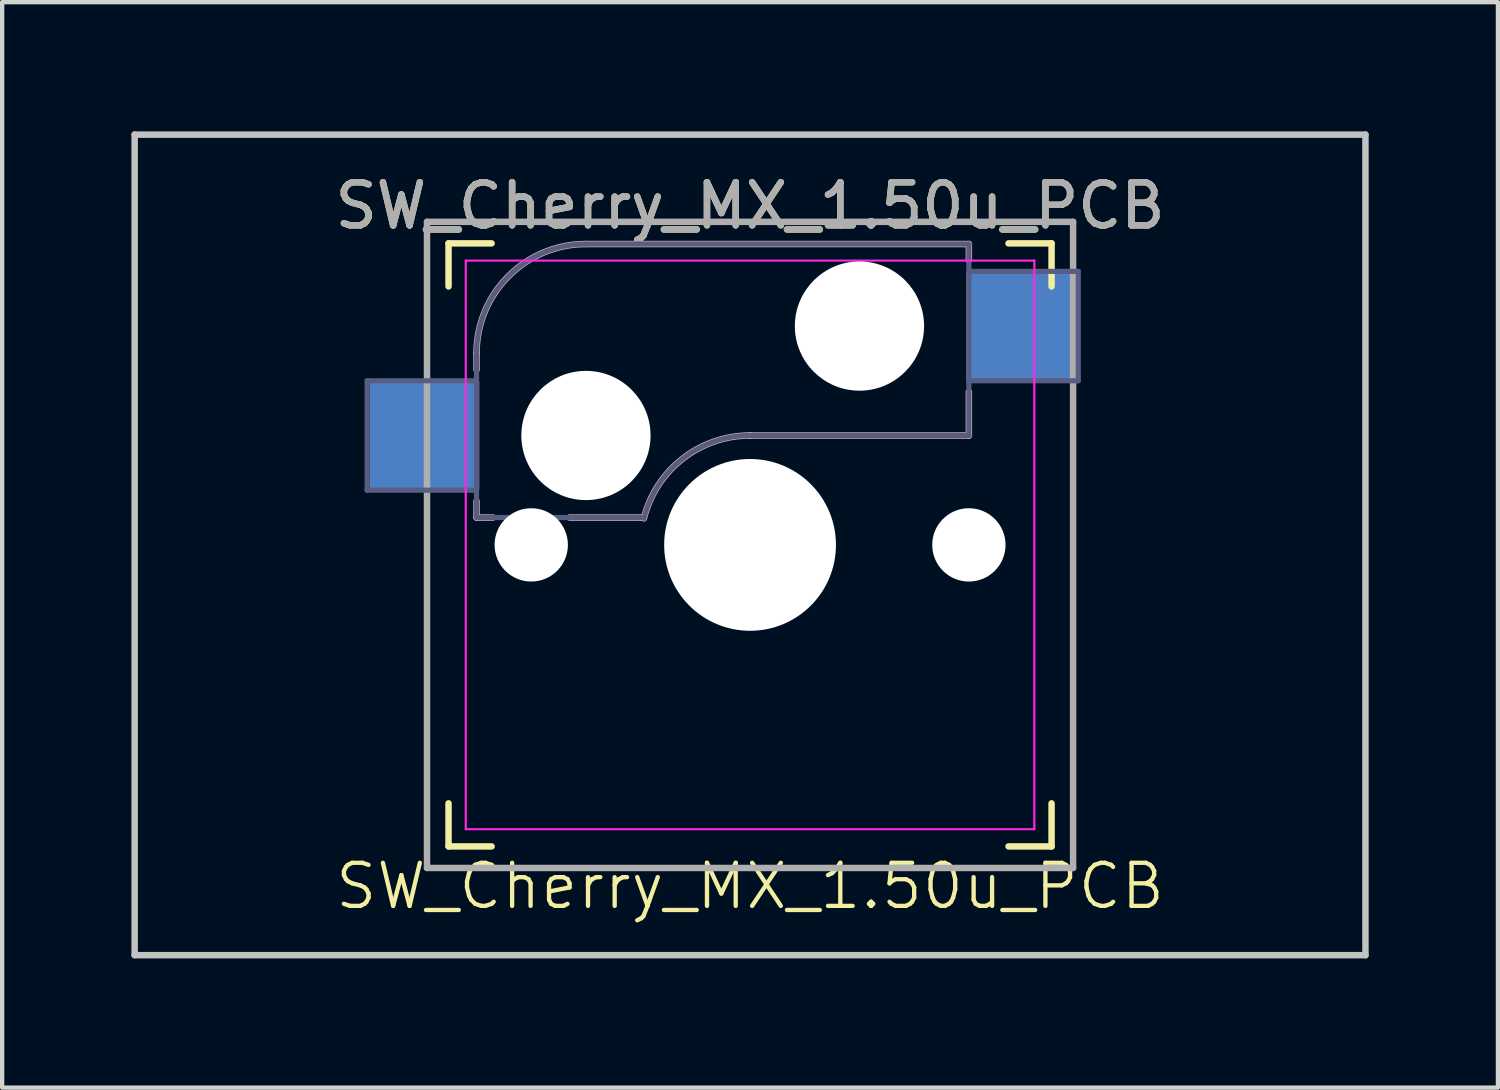
<source format=kicad_pcb>
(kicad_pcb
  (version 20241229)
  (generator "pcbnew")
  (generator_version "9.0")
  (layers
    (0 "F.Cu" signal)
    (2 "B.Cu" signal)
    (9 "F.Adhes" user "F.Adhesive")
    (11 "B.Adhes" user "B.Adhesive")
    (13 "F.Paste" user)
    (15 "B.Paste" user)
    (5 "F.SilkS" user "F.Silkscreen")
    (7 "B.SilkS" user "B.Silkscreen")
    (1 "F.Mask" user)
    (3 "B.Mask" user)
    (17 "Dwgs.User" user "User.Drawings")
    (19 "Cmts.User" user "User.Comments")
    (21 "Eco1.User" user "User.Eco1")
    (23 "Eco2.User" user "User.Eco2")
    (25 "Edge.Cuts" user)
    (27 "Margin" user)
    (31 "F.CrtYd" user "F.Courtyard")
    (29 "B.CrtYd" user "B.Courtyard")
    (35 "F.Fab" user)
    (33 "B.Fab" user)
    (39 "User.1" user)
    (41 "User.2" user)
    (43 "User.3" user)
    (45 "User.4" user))
  (footprint "SW_Cherry_MX_1.50u_PCB"
    (layer "F.Cu")
    (at 14.363 9.6)
    (property "Reference" "SW_Cherry_MX_1.50u_PCB" (at 0 -7.874 0) (layer "F.SilkS") (effects (font (size 1 1) (thickness 0.15))))
    (property "Value" "SW_Cherry_MX_1.50u_PCB" (at 0 7.874 0) (layer "F.Fab") (hide yes) (effects (font (size 1 1) (thickness 0.15))))
    (attr through_hole)
    (fp_line (start -7 -6) (end -7 -7) (stroke (width 0.15) (type solid)) (layer "F.SilkS"))
    (fp_line (start -7 7) (end -7 6) (stroke (width 0.15) (type solid)) (layer "F.SilkS"))
    (fp_line (start -7 7) (end -6 7) (stroke (width 0.15) (type solid)) (layer "F.SilkS"))
    (fp_line (start -6 -7) (end -7 -7) (stroke (width 0.15) (type solid)) (layer "F.SilkS"))
    (fp_line (start 6 7) (end 7 7) (stroke (width 0.15) (type solid)) (layer "F.SilkS"))
    (fp_line (start 7 -7) (end 6 -7) (stroke (width 0.15) (type solid)) (layer "F.SilkS"))
    (fp_line (start 7 -7) (end 7 -6) (stroke (width 0.15) (type solid)) (layer "F.SilkS"))
    (fp_line (start 7 6) (end 7 7) (stroke (width 0.15) (type solid)) (layer "F.SilkS"))
    (fp_line (start -6.35 -4.445) (end -6.35 -4.064) (stroke (width 0.15) (type solid)) (layer "B.SilkS"))
    (fp_line (start -6.35 -1.016) (end -6.35 -0.635) (stroke (width 0.15) (type solid)) (layer "B.SilkS"))
    (fp_line (start -5.969 -0.635) (end -6.35 -0.635) (stroke (width 0.15) (type solid)) (layer "B.SilkS"))
    (fp_line (start -3.81 -6.985) (end 5.08 -6.985) (stroke (width 0.15) (type solid)) (layer "B.SilkS"))
    (fp_line (start -2.464 -0.635) (end -4.191 -0.635) (stroke (width 0.15) (type solid)) (layer "B.SilkS"))
    (fp_line (start 5.08 -6.985) (end 5.08 -6.604) (stroke (width 0.15) (type solid)) (layer "B.SilkS"))
    (fp_line (start 5.08 -3.556) (end 5.08 -2.54) (stroke (width 0.15) (type solid)) (layer "B.SilkS"))
    (fp_line (start 5.08 -2.54) (end 0 -2.54) (stroke (width 0.15) (type solid)) (layer "B.SilkS"))
    (fp_arc (start -6.35 -4.445) (mid -5.606051 -6.241051) (end -3.81 -6.985) (stroke (width 0.15) (type solid)) (layer "B.SilkS"))
    (fp_arc (start -2.464162 -0.61604) (mid -1.563147 -2.002042) (end 0 -2.54) (stroke (width 0.15) (type solid)) (layer "B.SilkS"))
    (fp_line (start -14.287 -9.525) (end 14.287 -9.525) (stroke (width 0.15) (type solid)) (layer "Dwgs.User"))
    (fp_line (start -14.287 9.525) (end -14.287 -9.525) (stroke (width 0.15) (type solid)) (layer "Dwgs.User"))
    (fp_line (start 14.287 -9.525) (end 14.287 9.525) (stroke (width 0.15) (type solid)) (layer "Dwgs.User"))
    (fp_line (start 14.287 9.525) (end -14.287 9.525) (stroke (width 0.15) (type solid)) (layer "Dwgs.User"))
    (fp_line (start -6.9 6.9) (end -6.9 -6.9) (stroke (width 0.15) (type solid)) (layer "Eco2.User"))
    (fp_line (start -6.9 6.9) (end 6.9 6.9) (stroke (width 0.15) (type solid)) (layer "Eco2.User"))
    (fp_line (start 6.9 -6.9) (end -6.9 -6.9) (stroke (width 0.15) (type solid)) (layer "Eco2.User"))
    (fp_line (start 6.9 -6.9) (end 6.9 6.9) (stroke (width 0.15) (type solid)) (layer "Eco2.User"))
    (fp_line (start -6.6 -6.6) (end 6.6 -6.6) (stroke (width 0.05) (type solid)) (layer "F.CrtYd"))
    (fp_line (start -6.6 6.6) (end -6.6 -6.6) (stroke (width 0.05) (type solid)) (layer "F.CrtYd"))
    (fp_line (start 6.6 -6.6) (end 6.6 6.6) (stroke (width 0.05) (type solid)) (layer "F.CrtYd"))
    (fp_line (start 6.6 6.6) (end -6.6 6.6) (stroke (width 0.05) (type solid)) (layer "F.CrtYd"))
    (fp_line (start -8.89 -3.81) (end -6.35 -3.81) (stroke (width 0.12) (type solid)) (layer "B.Fab"))
    (fp_line (start -8.89 -1.27) (end -8.89 -3.81) (stroke (width 0.12) (type solid)) (layer "B.Fab"))
    (fp_line (start -6.35 -1.27) (end -8.89 -1.27) (stroke (width 0.12) (type solid)) (layer "B.Fab"))
    (fp_line (start -6.35 -0.635) (end -6.35 -4.445) (stroke (width 0.12) (type solid)) (layer "B.Fab"))
    (fp_line (start -6.35 -0.635) (end -2.54 -0.635) (stroke (width 0.12) (type solid)) (layer "B.Fab"))
    (fp_line (start -3.81 -6.985) (end 5.08 -6.985) (stroke (width 0.12) (type solid)) (layer "B.Fab"))
    (fp_line (start 5.08 -6.985) (end 5.08 -2.54) (stroke (width 0.12) (type solid)) (layer "B.Fab"))
    (fp_line (start 5.08 -6.35) (end 7.62 -6.35) (stroke (width 0.12) (type solid)) (layer "B.Fab"))
    (fp_line (start 5.08 -2.54) (end 0 -2.54) (stroke (width 0.12) (type solid)) (layer "B.Fab"))
    (fp_line (start 7.62 -6.35) (end 7.62 -3.81) (stroke (width 0.12) (type solid)) (layer "B.Fab"))
    (fp_line (start 7.62 -3.81) (end 5.08 -3.81) (stroke (width 0.12) (type solid)) (layer "B.Fab"))
    (fp_arc (start -6.35 -4.445) (mid -5.606051 -6.241051) (end -3.81 -6.985) (stroke (width 0.12) (type solid)) (layer "B.Fab"))
    (fp_arc (start -2.464162 -0.61604) (mid -1.563147 -2.002042) (end 0 -2.54) (stroke (width 0.12) (type solid)) (layer "B.Fab"))
    (fp_line (start -7.5 -7.5) (end 7.5 -7.5) (stroke (width 0.15) (type solid)) (layer "F.Fab"))
    (fp_line (start -7.5 7.5) (end -7.5 -7.5) (stroke (width 0.15) (type solid)) (layer "F.Fab"))
    (fp_line (start 7.5 -7.5) (end 7.5 7.5) (stroke (width 0.15) (type solid)) (layer "F.Fab"))
    (fp_line (start 7.5 7.5) (end -7.5 7.5) (stroke (width 0.15) (type solid)) (layer "F.Fab"))
    (fp_text user "${VALUE}" (at 0 8.508 0) (unlocked yes) (layer "F.SilkS") (effects (font (size 1 1) (thickness 0.1)) (justify bottom)))
    (fp_text user "${REFERENCE}" (at 0 -7.874 0) (layer "F.Fab") (effects (font (size 1 1) (thickness 0.15))))
    (pad "" np_thru_hole circle (at -5.08 0) (size 1.702 1.702) (drill 1.702) (layers "*.Cu" "*.Mask"))
    (pad "" np_thru_hole circle (at -3.81 -2.54) (size 3 3) (drill 3) (layers "*.Cu" "*.Mask"))
    (pad "" np_thru_hole circle (at 0 0) (size 3.988 3.988) (drill 3.988) (layers "*.Cu" "*.Mask"))
    (pad "" np_thru_hole circle (at 2.54 -5.08) (size 3 3) (drill 3) (layers "*.Cu" "*.Mask"))
    (pad "" np_thru_hole circle (at 5.08 0) (size 1.702 1.702) (drill 1.702) (layers "*.Cu" "*.Mask"))
    (pad "1" smd rect (at 6.29 -5.08) (size 2.55 2.5) (layers "B.Cu" "B.Mask" "B.Paste"))
    (pad "2" smd rect (at -7.56 -2.54) (size 2.55 2.5) (layers "B.Cu" "B.Mask" "B.Paste")))
  (gr_rect
    (start -3 -3)
    (end 31.725 22.2)
    (stroke (width 0.1) (type default))
    (fill no)
    (layer "Edge.Cuts")))
</source>
